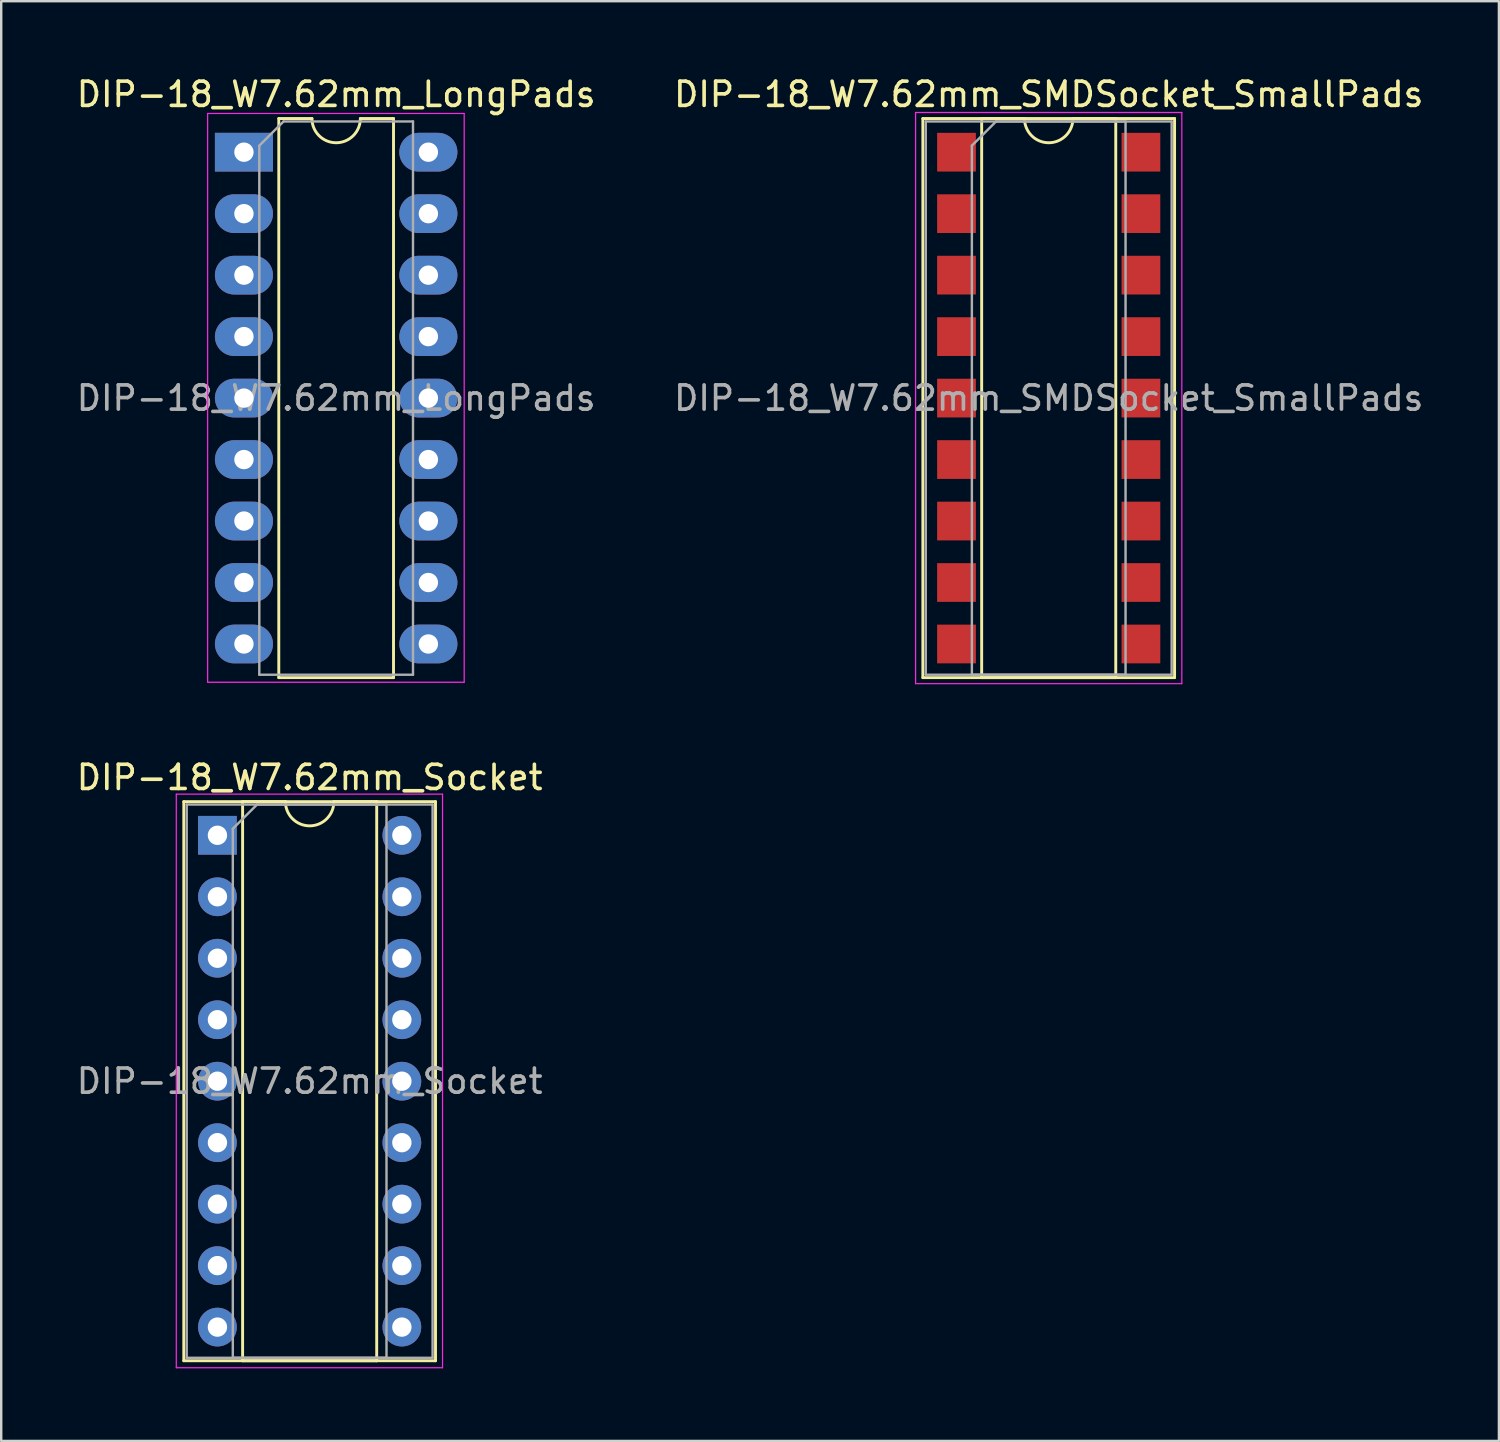
<source format=kicad_pcb>
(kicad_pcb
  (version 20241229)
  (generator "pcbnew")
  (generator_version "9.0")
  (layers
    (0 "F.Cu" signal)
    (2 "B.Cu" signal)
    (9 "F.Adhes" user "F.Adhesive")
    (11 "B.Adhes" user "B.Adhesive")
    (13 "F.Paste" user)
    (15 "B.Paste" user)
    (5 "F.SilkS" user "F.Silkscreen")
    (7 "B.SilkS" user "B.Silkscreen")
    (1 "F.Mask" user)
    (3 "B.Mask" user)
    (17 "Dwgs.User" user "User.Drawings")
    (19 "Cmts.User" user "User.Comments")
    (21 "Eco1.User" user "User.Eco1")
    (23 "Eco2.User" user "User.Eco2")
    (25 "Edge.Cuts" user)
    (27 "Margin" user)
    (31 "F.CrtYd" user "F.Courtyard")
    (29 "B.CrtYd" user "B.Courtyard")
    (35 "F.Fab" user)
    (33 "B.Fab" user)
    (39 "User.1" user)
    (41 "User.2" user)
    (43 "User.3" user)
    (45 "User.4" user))
  (footprint "DIP-18_W7.62mm_Socket"
    (layer "F.Cu")
    (at 5.934 31.462)
    (property "Reference" "DIP-18_W7.62mm_Socket" (at 3.81 -2.39 0) (layer "F.SilkS") (effects (font (size 1 1) (thickness 0.15))))
    (attr through_hole)
    (fp_line (start -1.39 -1.39) (end -1.39 21.71) (stroke (width 0.12) (type solid)) (layer "F.SilkS"))
    (fp_line (start -1.39 21.71) (end 9.01 21.71) (stroke (width 0.12) (type solid)) (layer "F.SilkS"))
    (fp_line (start 1.04 -1.39) (end 1.04 21.71) (stroke (width 0.12) (type solid)) (layer "F.SilkS"))
    (fp_line (start 1.04 21.71) (end 6.58 21.71) (stroke (width 0.12) (type solid)) (layer "F.SilkS"))
    (fp_line (start 2.81 -1.39) (end 1.04 -1.39) (stroke (width 0.12) (type solid)) (layer "F.SilkS"))
    (fp_line (start 6.58 -1.39) (end 4.81 -1.39) (stroke (width 0.12) (type solid)) (layer "F.SilkS"))
    (fp_line (start 6.58 21.71) (end 6.58 -1.39) (stroke (width 0.12) (type solid)) (layer "F.SilkS"))
    (fp_line (start 9.01 -1.39) (end -1.39 -1.39) (stroke (width 0.12) (type solid)) (layer "F.SilkS"))
    (fp_line (start 9.01 21.71) (end 9.01 -1.39) (stroke (width 0.12) (type solid)) (layer "F.SilkS"))
    (fp_arc (start 4.81 -1.39) (mid 3.81 -0.39) (end 2.81 -1.39) (stroke (width 0.12) (type solid)) (layer "F.SilkS"))
    (fp_line (start -1.7 -1.7) (end -1.7 22) (stroke (width 0.05) (type solid)) (layer "F.CrtYd"))
    (fp_line (start -1.7 22) (end 9.3 22) (stroke (width 0.05) (type solid)) (layer "F.CrtYd"))
    (fp_line (start 9.3 -1.7) (end -1.7 -1.7) (stroke (width 0.05) (type solid)) (layer "F.CrtYd"))
    (fp_line (start 9.3 22) (end 9.3 -1.7) (stroke (width 0.05) (type solid)) (layer "F.CrtYd"))
    (fp_line (start -1.27 -1.27) (end -1.27 21.59) (stroke (width 0.1) (type solid)) (layer "F.Fab"))
    (fp_line (start -1.27 21.59) (end 8.89 21.59) (stroke (width 0.1) (type solid)) (layer "F.Fab"))
    (fp_line (start 0.635 -0.27) (end 1.635 -1.27) (stroke (width 0.1) (type solid)) (layer "F.Fab"))
    (fp_line (start 0.635 21.59) (end 0.635 -0.27) (stroke (width 0.1) (type solid)) (layer "F.Fab"))
    (fp_line (start 1.635 -1.27) (end 6.985 -1.27) (stroke (width 0.1) (type solid)) (layer "F.Fab"))
    (fp_line (start 6.985 -1.27) (end 6.985 21.59) (stroke (width 0.1) (type solid)) (layer "F.Fab"))
    (fp_line (start 6.985 21.59) (end 0.635 21.59) (stroke (width 0.1) (type solid)) (layer "F.Fab"))
    (fp_line (start 8.89 -1.27) (end -1.27 -1.27) (stroke (width 0.1) (type solid)) (layer "F.Fab"))
    (fp_line (start 8.89 21.59) (end 8.89 -1.27) (stroke (width 0.1) (type solid)) (layer "F.Fab"))
    (fp_text user "${REFERENCE}" (at 3.81 10.16 0) (layer "F.Fab") (effects (font (size 1 1) (thickness 0.15))))
    (pad "1" thru_hole rect (at 0 0) (size 1.6 1.6) (drill 0.8) (layers "*.Cu" "*.Mask"))
    (pad "2" thru_hole oval (at 0 2.54) (size 1.6 1.6) (drill 0.8) (layers "*.Cu" "*.Mask"))
    (pad "3" thru_hole oval (at 0 5.08) (size 1.6 1.6) (drill 0.8) (layers "*.Cu" "*.Mask"))
    (pad "4" thru_hole oval (at 0 7.62) (size 1.6 1.6) (drill 0.8) (layers "*.Cu" "*.Mask"))
    (pad "5" thru_hole oval (at 0 10.16) (size 1.6 1.6) (drill 0.8) (layers "*.Cu" "*.Mask"))
    (pad "6" thru_hole oval (at 0 12.7) (size 1.6 1.6) (drill 0.8) (layers "*.Cu" "*.Mask"))
    (pad "7" thru_hole oval (at 0 15.24) (size 1.6 1.6) (drill 0.8) (layers "*.Cu" "*.Mask"))
    (pad "8" thru_hole oval (at 0 17.78) (size 1.6 1.6) (drill 0.8) (layers "*.Cu" "*.Mask"))
    (pad "9" thru_hole oval (at 0 20.32) (size 1.6 1.6) (drill 0.8) (layers "*.Cu" "*.Mask"))
    (pad "10" thru_hole oval (at 7.62 20.32) (size 1.6 1.6) (drill 0.8) (layers "*.Cu" "*.Mask"))
    (pad "11" thru_hole oval (at 7.62 17.78) (size 1.6 1.6) (drill 0.8) (layers "*.Cu" "*.Mask"))
    (pad "12" thru_hole oval (at 7.62 15.24) (size 1.6 1.6) (drill 0.8) (layers "*.Cu" "*.Mask"))
    (pad "13" thru_hole oval (at 7.62 12.7) (size 1.6 1.6) (drill 0.8) (layers "*.Cu" "*.Mask"))
    (pad "14" thru_hole oval (at 7.62 10.16) (size 1.6 1.6) (drill 0.8) (layers "*.Cu" "*.Mask"))
    (pad "15" thru_hole oval (at 7.62 7.62) (size 1.6 1.6) (drill 0.8) (layers "*.Cu" "*.Mask"))
    (pad "16" thru_hole oval (at 7.62 5.08) (size 1.6 1.6) (drill 0.8) (layers "*.Cu" "*.Mask"))
    (pad "17" thru_hole oval (at 7.62 2.54) (size 1.6 1.6) (drill 0.8) (layers "*.Cu" "*.Mask"))
    (pad "18" thru_hole oval (at 7.62 0) (size 1.6 1.6) (drill 0.8) (layers "*.Cu" "*.Mask")))
  (footprint "DIP-18_W7.62mm_LongPads"
    (layer "F.Cu")
    (at 7.029 3.238)
    (property "Reference" "DIP-18_W7.62mm_LongPads" (at 3.81 -2.39 0) (layer "F.SilkS") (effects (font (size 1 1) (thickness 0.15))))
    (attr through_hole)
    (fp_line (start 1.44 -1.39) (end 1.44 21.71) (stroke (width 0.12) (type solid)) (layer "F.SilkS"))
    (fp_line (start 1.44 21.71) (end 6.18 21.71) (stroke (width 0.12) (type solid)) (layer "F.SilkS"))
    (fp_line (start 2.81 -1.39) (end 1.44 -1.39) (stroke (width 0.12) (type solid)) (layer "F.SilkS"))
    (fp_line (start 6.18 -1.39) (end 4.81 -1.39) (stroke (width 0.12) (type solid)) (layer "F.SilkS"))
    (fp_line (start 6.18 21.71) (end 6.18 -1.39) (stroke (width 0.12) (type solid)) (layer "F.SilkS"))
    (fp_arc (start 4.81 -1.39) (mid 3.81 -0.39) (end 2.81 -1.39) (stroke (width 0.12) (type solid)) (layer "F.SilkS"))
    (fp_line (start -1.5 -1.6) (end -1.5 21.9) (stroke (width 0.05) (type solid)) (layer "F.CrtYd"))
    (fp_line (start -1.5 21.9) (end 9.1 21.9) (stroke (width 0.05) (type solid)) (layer "F.CrtYd"))
    (fp_line (start 9.1 -1.6) (end -1.5 -1.6) (stroke (width 0.05) (type solid)) (layer "F.CrtYd"))
    (fp_line (start 9.1 21.9) (end 9.1 -1.6) (stroke (width 0.05) (type solid)) (layer "F.CrtYd"))
    (fp_line (start 0.635 -0.27) (end 1.635 -1.27) (stroke (width 0.1) (type solid)) (layer "F.Fab"))
    (fp_line (start 0.635 21.59) (end 0.635 -0.27) (stroke (width 0.1) (type solid)) (layer "F.Fab"))
    (fp_line (start 1.635 -1.27) (end 6.985 -1.27) (stroke (width 0.1) (type solid)) (layer "F.Fab"))
    (fp_line (start 6.985 -1.27) (end 6.985 21.59) (stroke (width 0.1) (type solid)) (layer "F.Fab"))
    (fp_line (start 6.985 21.59) (end 0.635 21.59) (stroke (width 0.1) (type solid)) (layer "F.Fab"))
    (fp_text user "${REFERENCE}" (at 3.81 10.16 0) (layer "F.Fab") (effects (font (size 1 1) (thickness 0.15))))
    (pad "1" thru_hole rect (at 0 0) (size 2.4 1.6) (drill 0.8) (layers "*.Cu" "*.Mask"))
    (pad "2" thru_hole oval (at 0 2.54) (size 2.4 1.6) (drill 0.8) (layers "*.Cu" "*.Mask"))
    (pad "3" thru_hole oval (at 0 5.08) (size 2.4 1.6) (drill 0.8) (layers "*.Cu" "*.Mask"))
    (pad "4" thru_hole oval (at 0 7.62) (size 2.4 1.6) (drill 0.8) (layers "*.Cu" "*.Mask"))
    (pad "5" thru_hole oval (at 0 10.16) (size 2.4 1.6) (drill 0.8) (layers "*.Cu" "*.Mask"))
    (pad "6" thru_hole oval (at 0 12.7) (size 2.4 1.6) (drill 0.8) (layers "*.Cu" "*.Mask"))
    (pad "7" thru_hole oval (at 0 15.24) (size 2.4 1.6) (drill 0.8) (layers "*.Cu" "*.Mask"))
    (pad "8" thru_hole oval (at 0 17.78) (size 2.4 1.6) (drill 0.8) (layers "*.Cu" "*.Mask"))
    (pad "9" thru_hole oval (at 0 20.32) (size 2.4 1.6) (drill 0.8) (layers "*.Cu" "*.Mask"))
    (pad "10" thru_hole oval (at 7.62 20.32) (size 2.4 1.6) (drill 0.8) (layers "*.Cu" "*.Mask"))
    (pad "11" thru_hole oval (at 7.62 17.78) (size 2.4 1.6) (drill 0.8) (layers "*.Cu" "*.Mask"))
    (pad "12" thru_hole oval (at 7.62 15.24) (size 2.4 1.6) (drill 0.8) (layers "*.Cu" "*.Mask"))
    (pad "13" thru_hole oval (at 7.62 12.7) (size 2.4 1.6) (drill 0.8) (layers "*.Cu" "*.Mask"))
    (pad "14" thru_hole oval (at 7.62 10.16) (size 2.4 1.6) (drill 0.8) (layers "*.Cu" "*.Mask"))
    (pad "15" thru_hole oval (at 7.62 7.62) (size 2.4 1.6) (drill 0.8) (layers "*.Cu" "*.Mask"))
    (pad "16" thru_hole oval (at 7.62 5.08) (size 2.4 1.6) (drill 0.8) (layers "*.Cu" "*.Mask"))
    (pad "17" thru_hole oval (at 7.62 2.54) (size 2.4 1.6) (drill 0.8) (layers "*.Cu" "*.Mask"))
    (pad "18" thru_hole oval (at 7.62 0) (size 2.4 1.6) (drill 0.8) (layers "*.Cu" "*.Mask")))
  (footprint "DIP-18_W7.62mm_SMDSocket_SmallPads"
    (layer "F.Cu")
    (at 40.28 13.398)
    (property "Reference" "DIP-18_W7.62mm_SMDSocket_SmallPads" (at 0 -12.55 0) (layer "F.SilkS") (effects (font (size 1 1) (thickness 0.15))))
    (attr smd)
    (fp_line (start -5.2 -11.55) (end -5.2 11.55) (stroke (width 0.12) (type solid)) (layer "F.SilkS"))
    (fp_line (start -5.2 11.55) (end 5.2 11.55) (stroke (width 0.12) (type solid)) (layer "F.SilkS"))
    (fp_line (start -2.77 -11.55) (end -2.77 11.55) (stroke (width 0.12) (type solid)) (layer "F.SilkS"))
    (fp_line (start -2.77 11.55) (end 2.77 11.55) (stroke (width 0.12) (type solid)) (layer "F.SilkS"))
    (fp_line (start -1 -11.55) (end -2.77 -11.55) (stroke (width 0.12) (type solid)) (layer "F.SilkS"))
    (fp_line (start 2.77 -11.55) (end 1 -11.55) (stroke (width 0.12) (type solid)) (layer "F.SilkS"))
    (fp_line (start 2.77 11.55) (end 2.77 -11.55) (stroke (width 0.12) (type solid)) (layer "F.SilkS"))
    (fp_line (start 5.2 -11.55) (end -5.2 -11.55) (stroke (width 0.12) (type solid)) (layer "F.SilkS"))
    (fp_line (start 5.2 11.55) (end 5.2 -11.55) (stroke (width 0.12) (type solid)) (layer "F.SilkS"))
    (fp_arc (start 1 -11.55) (mid 0 -10.55) (end -1 -11.55) (stroke (width 0.12) (type solid)) (layer "F.SilkS"))
    (fp_line (start -5.5 -11.8) (end -5.5 11.8) (stroke (width 0.05) (type solid)) (layer "F.CrtYd"))
    (fp_line (start -5.5 11.8) (end 5.5 11.8) (stroke (width 0.05) (type solid)) (layer "F.CrtYd"))
    (fp_line (start 5.5 -11.8) (end -5.5 -11.8) (stroke (width 0.05) (type solid)) (layer "F.CrtYd"))
    (fp_line (start 5.5 11.8) (end 5.5 -11.8) (stroke (width 0.05) (type solid)) (layer "F.CrtYd"))
    (fp_line (start -5.08 -11.43) (end -5.08 11.43) (stroke (width 0.1) (type solid)) (layer "F.Fab"))
    (fp_line (start -5.08 11.43) (end 5.08 11.43) (stroke (width 0.1) (type solid)) (layer "F.Fab"))
    (fp_line (start -3.175 -10.43) (end -2.175 -11.43) (stroke (width 0.1) (type solid)) (layer "F.Fab"))
    (fp_line (start -3.175 11.43) (end -3.175 -10.43) (stroke (width 0.1) (type solid)) (layer "F.Fab"))
    (fp_line (start -2.175 -11.43) (end 3.175 -11.43) (stroke (width 0.1) (type solid)) (layer "F.Fab"))
    (fp_line (start 3.175 -11.43) (end 3.175 11.43) (stroke (width 0.1) (type solid)) (layer "F.Fab"))
    (fp_line (start 3.175 11.43) (end -3.175 11.43) (stroke (width 0.1) (type solid)) (layer "F.Fab"))
    (fp_line (start 5.08 -11.43) (end -5.08 -11.43) (stroke (width 0.1) (type solid)) (layer "F.Fab"))
    (fp_line (start 5.08 11.43) (end 5.08 -11.43) (stroke (width 0.1) (type solid)) (layer "F.Fab"))
    (fp_text user "${REFERENCE}" (at 0 0 0) (layer "F.Fab") (effects (font (size 1 1) (thickness 0.15))))
    (pad "1" smd rect (at -3.81 -10.16) (size 1.6 1.6) (layers "F.Cu" "F.Mask" "F.Paste"))
    (pad "2" smd rect (at -3.81 -7.62) (size 1.6 1.6) (layers "F.Cu" "F.Mask" "F.Paste"))
    (pad "3" smd rect (at -3.81 -5.08) (size 1.6 1.6) (layers "F.Cu" "F.Mask" "F.Paste"))
    (pad "4" smd rect (at -3.81 -2.54) (size 1.6 1.6) (layers "F.Cu" "F.Mask" "F.Paste"))
    (pad "5" smd rect (at -3.81 0) (size 1.6 1.6) (layers "F.Cu" "F.Mask" "F.Paste"))
    (pad "6" smd rect (at -3.81 2.54) (size 1.6 1.6) (layers "F.Cu" "F.Mask" "F.Paste"))
    (pad "7" smd rect (at -3.81 5.08) (size 1.6 1.6) (layers "F.Cu" "F.Mask" "F.Paste"))
    (pad "8" smd rect (at -3.81 7.62) (size 1.6 1.6) (layers "F.Cu" "F.Mask" "F.Paste"))
    (pad "9" smd rect (at -3.81 10.16) (size 1.6 1.6) (layers "F.Cu" "F.Mask" "F.Paste"))
    (pad "10" smd rect (at 3.81 10.16) (size 1.6 1.6) (layers "F.Cu" "F.Mask" "F.Paste"))
    (pad "11" smd rect (at 3.81 7.62) (size 1.6 1.6) (layers "F.Cu" "F.Mask" "F.Paste"))
    (pad "12" smd rect (at 3.81 5.08) (size 1.6 1.6) (layers "F.Cu" "F.Mask" "F.Paste"))
    (pad "13" smd rect (at 3.81 2.54) (size 1.6 1.6) (layers "F.Cu" "F.Mask" "F.Paste"))
    (pad "14" smd rect (at 3.81 0) (size 1.6 1.6) (layers "F.Cu" "F.Mask" "F.Paste"))
    (pad "15" smd rect (at 3.81 -2.54) (size 1.6 1.6) (layers "F.Cu" "F.Mask" "F.Paste"))
    (pad "16" smd rect (at 3.81 -5.08) (size 1.6 1.6) (layers "F.Cu" "F.Mask" "F.Paste"))
    (pad "17" smd rect (at 3.81 -7.62) (size 1.6 1.6) (layers "F.Cu" "F.Mask" "F.Paste"))
    (pad "18" smd rect (at 3.81 -10.16) (size 1.6 1.6) (layers "F.Cu" "F.Mask" "F.Paste")))
  (gr_rect
    (start -3 -3)
    (end 58.881 56.486)
    (stroke (width 0.1) (type default))
    (fill no)
    (layer "Edge.Cuts")))
</source>
